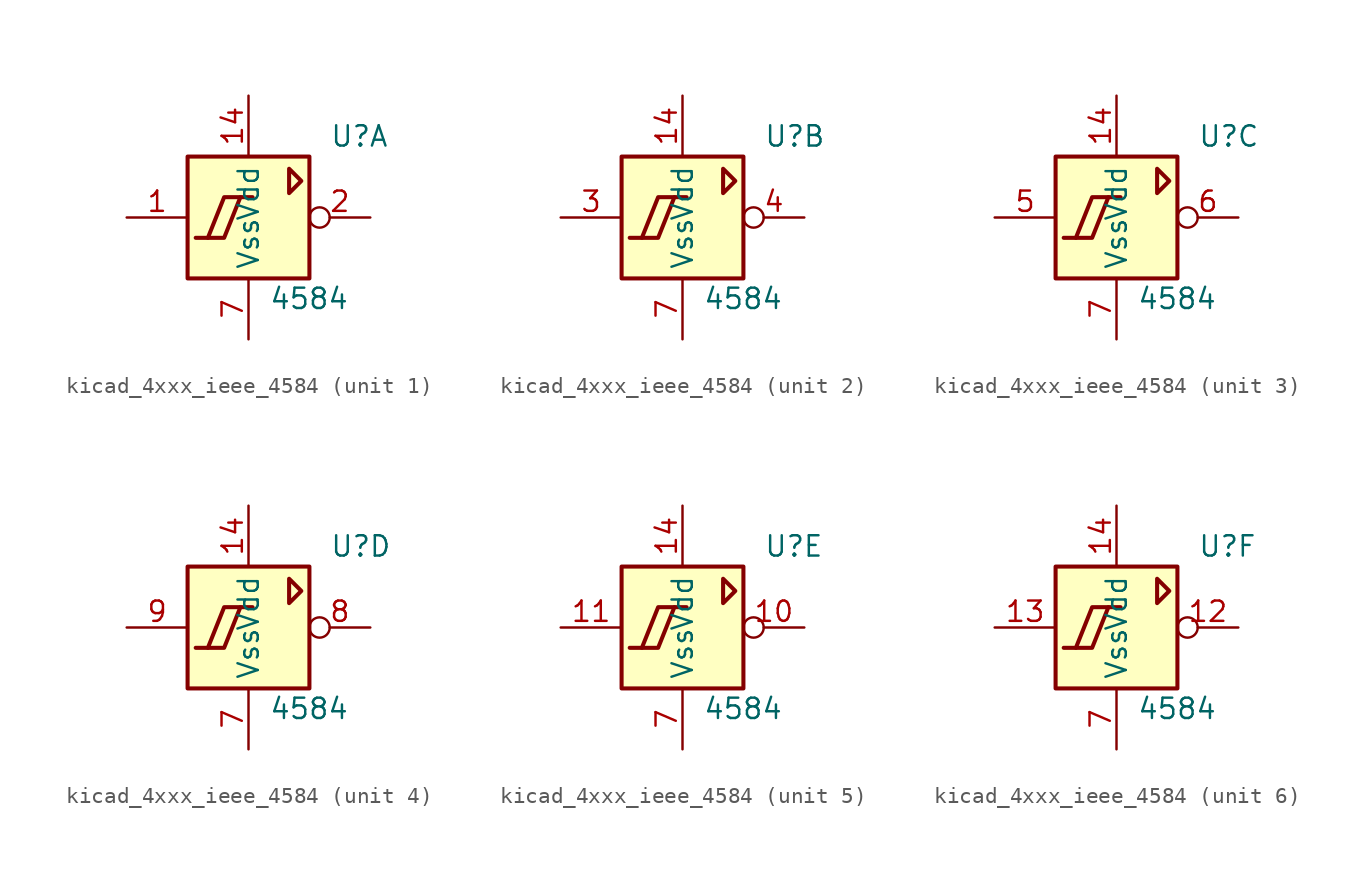
<source format=kicad_sym>
(kicad_symbol_lib
  (version 20220914)
  (generator kicad_symbol_editor)
  (symbol "kicad_4xxx_ieee_4584"
    (property "Reference" "U"
      (at 5.08 5.08 0)
      (effects (font (size 1.27 1.27)) (justify left)))
    (property "Value" "4584"
      (at 1.27 -5.08 0)
      (effects (font (size 1.27 1.27)) (justify left)))
    (symbol "kicad_4xxx_ieee_4584_0_0"
      (rectangle (start -3.81 3.81) (end 3.81 -3.81) (stroke (width 0.254) (type default)) (fill (type background)))
      (polyline (pts (xy -0.508 1.27) (xy -1.524 -1.27) (xy -2.54 -1.27) (xy -2.54 -1.27)) (stroke (width 0.254) (type default)) (fill (type background)))
      (polyline (pts (xy 0.254 1.27) (xy -1.524 1.27) (xy -2.54 -1.27) (xy -3.302 -1.27) (xy -3.302 -1.27)) (stroke (width 0.254) (type default)) (fill (type background)))
      (polyline (pts (xy 2.54 3.048) (xy 2.54 1.524) (xy 3.302 2.286) (xy 2.54 3.048) (xy 2.54 3.048)) (stroke (width 0.254) (type default)) (fill (type background))))
    (symbol "kicad_4xxx_ieee_4584_0_1"
      (pin power_in line (at 0 7.62 270) (length 3.81) (name "Vdd" (effects (font (size 1.27 1.27)))) (number "14" (effects (font (size 1.27 1.27)))))
      (pin power_in line (at 0 -7.62 90) (length 3.81) (name "Vss" (effects (font (size 1.27 1.27)))) (number "7" (effects (font (size 1.27 1.27))))))
    (symbol "kicad_4xxx_ieee_4584_1_1"
      (pin input line (at -7.62 0 0) (length 3.81) (name "~" (effects (font (size 1.27 1.27)))) (number "1" (effects (font (size 1.27 1.27)))))
      (pin output inverted (at 7.62 0 180) (length 3.81) (name "~" (effects (font (size 1.27 1.27)))) (number "2" (effects (font (size 1.27 1.27))))))
    (symbol "kicad_4xxx_ieee_4584_2_1"
      (pin input line (at -7.62 0 0) (length 3.81) (name "~" (effects (font (size 1.27 1.27)))) (number "3" (effects (font (size 1.27 1.27)))))
      (pin output inverted (at 7.62 0 180) (length 3.81) (name "~" (effects (font (size 1.27 1.27)))) (number "4" (effects (font (size 1.27 1.27))))))
    (symbol "kicad_4xxx_ieee_4584_3_1"
      (pin input line (at -7.62 0 0) (length 3.81) (name "~" (effects (font (size 1.27 1.27)))) (number "5" (effects (font (size 1.27 1.27)))))
      (pin output inverted (at 7.62 0 180) (length 3.81) (name "~" (effects (font (size 1.27 1.27)))) (number "6" (effects (font (size 1.27 1.27))))))
    (symbol "kicad_4xxx_ieee_4584_4_1"
      (pin output inverted (at 7.62 0 180) (length 3.81) (name "~" (effects (font (size 1.27 1.27)))) (number "8" (effects (font (size 1.27 1.27)))))
      (pin input line (at -7.62 0 0) (length 3.81) (name "~" (effects (font (size 1.27 1.27)))) (number "9" (effects (font (size 1.27 1.27))))))
    (symbol "kicad_4xxx_ieee_4584_5_1"
      (pin output inverted (at 7.62 0 180) (length 3.81) (name "~" (effects (font (size 1.27 1.27)))) (number "10" (effects (font (size 1.27 1.27)))))
      (pin input line (at -7.62 0 0) (length 3.81) (name "~" (effects (font (size 1.27 1.27)))) (number "11" (effects (font (size 1.27 1.27))))))
    (symbol "kicad_4xxx_ieee_4584_6_1"
      (pin output inverted (at 7.62 0 180) (length 3.81) (name "~" (effects (font (size 1.27 1.27)))) (number "12" (effects (font (size 1.27 1.27)))))
      (pin input line (at -7.62 0 0) (length 3.81) (name "~" (effects (font (size 1.27 1.27)))) (number "13" (effects (font (size 1.27 1.27))))))))
</source>
